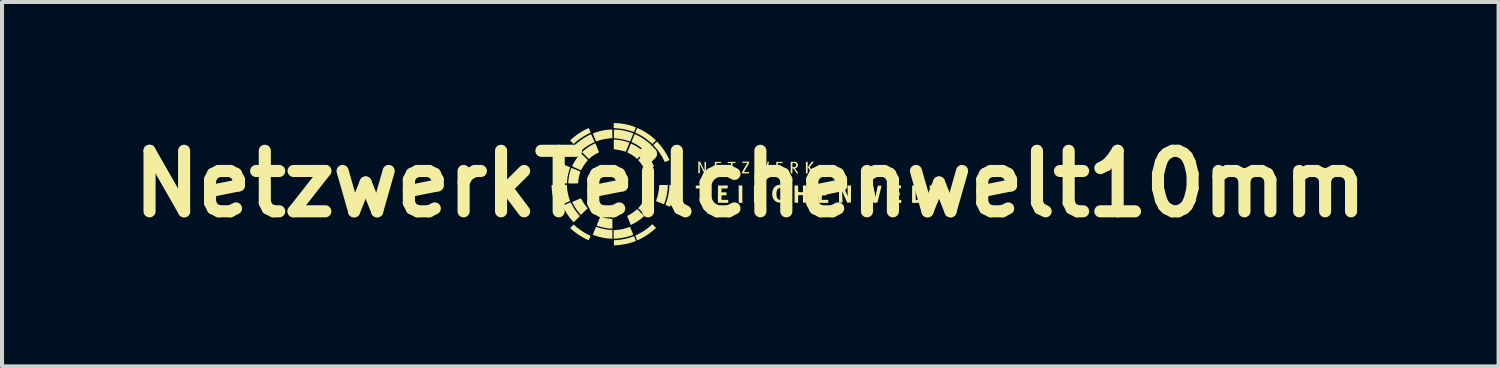
<source format=kicad_pcb>
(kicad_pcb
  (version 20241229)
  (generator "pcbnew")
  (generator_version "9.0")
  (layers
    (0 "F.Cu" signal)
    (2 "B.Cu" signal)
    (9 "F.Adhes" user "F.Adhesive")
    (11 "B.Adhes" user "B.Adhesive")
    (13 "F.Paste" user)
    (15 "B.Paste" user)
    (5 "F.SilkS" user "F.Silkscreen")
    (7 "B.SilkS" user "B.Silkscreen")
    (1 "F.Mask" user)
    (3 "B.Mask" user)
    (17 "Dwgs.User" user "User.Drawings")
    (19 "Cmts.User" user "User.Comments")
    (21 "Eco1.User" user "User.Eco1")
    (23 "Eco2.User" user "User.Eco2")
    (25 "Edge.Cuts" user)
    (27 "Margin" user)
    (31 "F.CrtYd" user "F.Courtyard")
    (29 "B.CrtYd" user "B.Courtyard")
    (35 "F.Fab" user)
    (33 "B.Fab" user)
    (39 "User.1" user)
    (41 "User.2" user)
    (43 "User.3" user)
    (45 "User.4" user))
  (footprint "NetzwerkTeilchenwelt10mm"
    (layer "F.Cu")
    (at 15.55 1.51)
    (property "Reference" "NetzwerkTeilchenwelt10mm" (at 0 0 0) (layer "F.SilkS") (effects (font (size 1.5 1.5) (thickness 0.3))))
    (attr board_only exclude_from_pos_files exclude_from_bom)
    (fp_poly (pts (xy 1.422 -0.405) (xy 1.422 -0.261) (xy 1.4 -0.261) (xy 1.379 -0.261) (xy 1.379 -0.405) (xy 1.379 -0.548) (xy 1.4 -0.548) (xy 1.422 -0.548)) (stroke (width 0) (type solid)) (fill yes) (layer "F.SilkS"))
    (fp_poly (pts (xy -0.197 0.253) (xy -0.197 0.469) (xy -0.239 0.469) (xy -0.259 0.468) (xy -0.275 0.467) (xy -0.283 0.465) (xy -0.284 0.465) (xy -0.285 0.459) (xy -0.285 0.444) (xy -0.286 0.42) (xy -0.287 0.389) (xy -0.287 0.352) (xy -0.287 0.31) (xy -0.288 0.265) (xy -0.288 0.249) (xy -0.288 0.037) (xy -0.242 0.037) (xy -0.197 0.037)) (stroke (width 0) (type solid)) (fill yes) (layer "F.SilkS"))
    (fp_poly (pts (xy 4.1 0.215) (xy 4.1 0.394) (xy 4.177 0.394) (xy 4.205 0.394) (xy 4.228 0.395) (xy 4.245 0.396) (xy 4.254 0.396) (xy 4.255 0.397) (xy 4.253 0.403) (xy 4.25 0.417) (xy 4.246 0.434) (xy 4.237 0.469) (xy 4.123 0.469) (xy 4.01 0.469) (xy 4.011 0.254) (xy 4.012 0.04) (xy 4.056 0.038) (xy 4.1 0.037)) (stroke (width 0) (type solid)) (fill yes) (layer "F.SilkS"))
    (fp_poly (pts (xy -0.364 -0.536) (xy -0.367 -0.525) (xy -0.367 -0.521) (xy -0.372 -0.519) (xy -0.385 -0.517) (xy -0.403 -0.517) (xy -0.405 -0.517) (xy -0.442 -0.517) (xy -0.442 -0.389) (xy -0.442 -0.261) (xy -0.461 -0.261) (xy -0.479 -0.261) (xy -0.479 -0.389) (xy -0.479 -0.517) (xy -0.519 -0.517) (xy -0.559 -0.517) (xy -0.559 -0.532) (xy -0.559 -0.548) (xy -0.46 -0.548) (xy -0.361 -0.548)) (stroke (width 0) (type solid)) (fill yes) (layer "F.SilkS"))
    (fp_poly (pts (xy 0.181 0.216) (xy 0.181 0.394) (xy 0.258 0.394) (xy 0.286 0.394) (xy 0.309 0.395) (xy 0.326 0.396) (xy 0.335 0.397) (xy 0.335 0.398) (xy 0.334 0.405) (xy 0.331 0.418) (xy 0.331 0.421) (xy 0.326 0.438) (xy 0.323 0.454) (xy 0.323 0.454) (xy 0.319 0.469) (xy 0.205 0.469) (xy 0.091 0.469) (xy 0.091 0.253) (xy 0.091 0.037) (xy 0.136 0.037) (xy 0.181 0.037)) (stroke (width 0) (type solid)) (fill yes) (layer "F.SilkS"))
    (fp_poly (pts (xy -0.725 -0.534) (xy -0.727 -0.519) (xy -0.784 -0.518) (xy -0.841 -0.516) (xy -0.841 -0.474) (xy -0.841 -0.431) (xy -0.796 -0.431) (xy -0.751 -0.431) (xy -0.751 -0.414) (xy -0.751 -0.396) (xy -0.795 -0.397) (xy -0.839 -0.397) (xy -0.84 -0.347) (xy -0.842 -0.298) (xy -0.78 -0.298) (xy -0.719 -0.298) (xy -0.719 -0.28) (xy -0.719 -0.261) (xy -0.799 -0.261) (xy -0.879 -0.261) (xy -0.879 -0.405) (xy -0.879 -0.548) (xy -0.801 -0.548) (xy -0.723 -0.548)) (stroke (width 0) (type solid)) (fill yes) (layer "F.SilkS"))
    (fp_poly (pts (xy 0.799 -0.532) (xy 0.799 -0.517) (xy 0.74 -0.517) (xy 0.682 -0.517) (xy 0.682 -0.474) (xy 0.682 -0.431) (xy 0.73 -0.431) (xy 0.777 -0.431) (xy 0.777 -0.414) (xy 0.777 -0.397) (xy 0.731 -0.397) (xy 0.684 -0.397) (xy 0.683 -0.347) (xy 0.681 -0.298) (xy 0.743 -0.298) (xy 0.804 -0.298) (xy 0.804 -0.28) (xy 0.804 -0.261) (xy 0.724 -0.261) (xy 0.644 -0.261) (xy 0.644 -0.405) (xy 0.644 -0.548) (xy 0.722 -0.548) (xy 0.799 -0.548)) (stroke (width 0) (type solid)) (fill yes) (layer "F.SilkS"))
    (fp_poly (pts (xy -4.801 0.073) (xy -4.794 0.15) (xy -4.783 0.228) (xy -4.768 0.305) (xy -4.75 0.378) (xy -4.73 0.445) (xy -4.721 0.468) (xy -4.713 0.49) (xy -4.708 0.507) (xy -4.704 0.517) (xy -4.704 0.52) (xy -4.709 0.523) (xy -4.722 0.528) (xy -4.741 0.537) (xy -4.762 0.546) (xy -4.819 0.57) (xy -4.825 0.555) (xy -4.86 0.453) (xy -4.888 0.346) (xy -4.909 0.238) (xy -4.921 0.132) (xy -4.924 0.095) (xy -4.927 0.027) (xy -4.866 0.027) (xy -4.804 0.027)) (stroke (width 0) (type solid)) (fill yes) (layer "F.SilkS"))
    (fp_poly (pts (xy 4.715 0.038) (xy 4.735 0.039) (xy 4.748 0.041) (xy 4.757 0.044) (xy 4.76 0.049) (xy 4.761 0.057) (xy 4.759 0.066) (xy 4.756 0.079) (xy 4.754 0.085) (xy 4.748 0.112) (xy 4.696 0.112) (xy 4.643 0.112) (xy 4.643 0.29) (xy 4.643 0.469) (xy 4.601 0.469) (xy 4.558 0.469) (xy 4.558 0.29) (xy 4.558 0.112) (xy 4.502 0.112) (xy 4.446 0.112) (xy 4.447 0.076) (xy 4.449 0.04) (xy 4.605 0.039) (xy 4.651 0.038) (xy 4.687 0.038)) (stroke (width 0) (type solid)) (fill yes) (layer "F.SilkS"))
    (fp_poly (pts (xy -2.953 -0.998) (xy -2.94 -0.993) (xy -2.922 -0.984) (xy -2.901 -0.974) (xy -2.833 -0.937) (xy -2.765 -0.893) (xy -2.702 -0.847) (xy -2.662 -0.813) (xy -2.634 -0.787) (xy -2.719 -0.703) (xy -2.804 -0.618) (xy -2.833 -0.645) (xy -2.86 -0.667) (xy -2.894 -0.692) (xy -2.931 -0.717) (xy -2.968 -0.74) (xy -3.003 -0.759) (xy -3.007 -0.761) (xy -3.05 -0.782) (xy -3.005 -0.89) (xy -2.992 -0.921) (xy -2.98 -0.95) (xy -2.971 -0.973) (xy -2.963 -0.989) (xy -2.959 -0.999) (xy -2.959 -1)) (stroke (width 0) (type solid)) (fill yes) (layer "F.SilkS"))
    (fp_poly (pts (xy -4.545 0.073) (xy -4.532 0.185) (xy -4.508 0.295) (xy -4.484 0.375) (xy -4.477 0.396) (xy -4.472 0.412) (xy -4.47 0.423) (xy -4.47 0.425) (xy -4.475 0.427) (xy -4.489 0.433) (xy -4.508 0.442) (xy -4.532 0.452) (xy -4.558 0.463) (xy -4.585 0.474) (xy -4.611 0.485) (xy -4.633 0.494) (xy -4.651 0.501) (xy -4.662 0.505) (xy -4.664 0.506) (xy -4.667 0.501) (xy -4.673 0.489) (xy -4.68 0.472) (xy -4.682 0.467) (xy -4.715 0.366) (xy -4.739 0.262) (xy -4.756 0.154) (xy -4.763 0.073) (xy -4.767 0.021) (xy -4.658 0.021) (xy -4.548 0.021)) (stroke (width 0) (type solid)) (fill yes) (layer "F.SilkS"))
    (fp_poly (pts (xy 1.575 -0.552) (xy 1.576 -0.551) (xy 1.573 -0.546) (xy 1.564 -0.534) (xy 1.551 -0.517) (xy 1.534 -0.496) (xy 1.524 -0.483) (xy 1.471 -0.417) (xy 1.523 -0.343) (xy 1.541 -0.319) (xy 1.555 -0.297) (xy 1.567 -0.28) (xy 1.574 -0.269) (xy 1.576 -0.265) (xy 1.571 -0.263) (xy 1.56 -0.261) (xy 1.554 -0.261) (xy 1.536 -0.263) (xy 1.526 -0.269) (xy 1.523 -0.273) (xy 1.517 -0.282) (xy 1.506 -0.297) (xy 1.492 -0.317) (xy 1.476 -0.341) (xy 1.47 -0.349) (xy 1.426 -0.414) (xy 1.476 -0.483) (xy 1.527 -0.551) (xy 1.551 -0.553) (xy 1.566 -0.553)) (stroke (width 0) (type solid)) (fill yes) (layer "F.SilkS"))
    (fp_poly (pts (xy 3.735 0.07) (xy 3.733 0.088) (xy 3.731 0.102) (xy 3.729 0.108) (xy 3.723 0.109) (xy 3.709 0.111) (xy 3.688 0.111) (xy 3.662 0.112) (xy 3.655 0.112) (xy 3.584 0.112) (xy 3.584 0.16) (xy 3.584 0.207) (xy 3.644 0.209) (xy 3.704 0.21) (xy 3.705 0.246) (xy 3.707 0.282) (xy 3.645 0.282) (xy 3.584 0.282) (xy 3.584 0.338) (xy 3.584 0.394) (xy 3.664 0.394) (xy 3.743 0.394) (xy 3.743 0.431) (xy 3.743 0.469) (xy 3.618 0.469) (xy 3.493 0.469) (xy 3.494 0.254) (xy 3.496 0.04) (xy 3.618 0.039) (xy 3.739 0.037)) (stroke (width 0) (type solid)) (fill yes) (layer "F.SilkS"))
    (fp_poly (pts (xy -2.382 1.044) (xy -2.337 1.089) (xy -2.371 1.12) (xy -2.443 1.182) (xy -2.522 1.242) (xy -2.606 1.297) (xy -2.69 1.344) (xy -2.7 1.349) (xy -2.726 1.363) (xy -2.75 1.375) (xy -2.77 1.384) (xy -2.784 1.391) (xy -2.786 1.391) (xy -2.805 1.399) (xy -2.828 1.341) (xy -2.836 1.318) (xy -2.843 1.299) (xy -2.847 1.286) (xy -2.848 1.281) (xy -2.843 1.278) (xy -2.83 1.272) (xy -2.811 1.261) (xy -2.787 1.249) (xy -2.769 1.24) (xy -2.703 1.204) (xy -2.645 1.169) (xy -2.591 1.133) (xy -2.538 1.093) (xy -2.483 1.047) (xy -2.48 1.045) (xy -2.427 0.999)) (stroke (width 0) (type solid)) (fill yes) (layer "F.SilkS"))
    (fp_poly (pts (xy 1.876 0.037) (xy 1.898 0.038) (xy 1.914 0.04) (xy 1.923 0.043) (xy 1.927 0.048) (xy 1.928 0.056) (xy 1.926 0.067) (xy 1.923 0.082) (xy 1.922 0.085) (xy 1.916 0.112) (xy 1.842 0.112) (xy 1.768 0.112) (xy 1.768 0.16) (xy 1.768 0.208) (xy 1.829 0.208) (xy 1.89 0.208) (xy 1.89 0.245) (xy 1.89 0.282) (xy 1.832 0.282) (xy 1.773 0.282) (xy 1.773 0.338) (xy 1.773 0.394) (xy 1.853 0.394) (xy 1.933 0.394) (xy 1.933 0.431) (xy 1.933 0.469) (xy 1.808 0.469) (xy 1.683 0.469) (xy 1.683 0.253) (xy 1.683 0.037) (xy 1.805 0.037) (xy 1.845 0.037)) (stroke (width 0) (type solid)) (fill yes) (layer "F.SilkS"))
    (fp_poly (pts (xy -1.119 0.038) (xy -1.088 0.039) (xy -1.064 0.039) (xy -1.047 0.04) (xy -1.039 0.041) (xy -1.039 0.041) (xy -1.04 0.048) (xy -1.042 0.062) (xy -1.045 0.077) (xy -1.052 0.109) (xy -1.101 0.111) (xy -1.15 0.112) (xy -1.151 0.289) (xy -1.153 0.466) (xy -1.197 0.467) (xy -1.22 0.468) (xy -1.235 0.467) (xy -1.242 0.464) (xy -1.244 0.462) (xy -1.244 0.455) (xy -1.245 0.439) (xy -1.245 0.415) (xy -1.245 0.384) (xy -1.245 0.348) (xy -1.245 0.307) (xy -1.245 0.283) (xy -1.243 0.112) (xy -1.298 0.112) (xy -1.353 0.112) (xy -1.351 0.076) (xy -1.35 0.04) (xy -1.194 0.039) (xy -1.155 0.038)) (stroke (width 0) (type solid)) (fill yes) (layer "F.SilkS"))
    (fp_poly (pts (xy -2.886 1.297) (xy -2.881 1.302) (xy -2.875 1.314) (xy -2.866 1.334) (xy -2.859 1.351) (xy -2.85 1.374) (xy -2.842 1.393) (xy -2.836 1.406) (xy -2.834 1.411) (xy -2.838 1.414) (xy -2.851 1.419) (xy -2.87 1.426) (xy -2.893 1.435) (xy -2.92 1.444) (xy -2.947 1.453) (xy -2.973 1.461) (xy -2.997 1.468) (xy -3.012 1.472) (xy -3.09 1.489) (xy -3.174 1.503) (xy -3.266 1.515) (xy -3.335 1.521) (xy -3.381 1.524) (xy -3.381 1.461) (xy -3.381 1.397) (xy -3.304 1.391) (xy -3.203 1.38) (xy -3.108 1.363) (xy -3.017 1.34) (xy -2.961 1.322) (xy -2.936 1.313) (xy -2.915 1.306) (xy -2.899 1.3) (xy -2.891 1.297)) (stroke (width 0) (type solid)) (fill yes) (layer "F.SilkS"))
    (fp_poly (pts (xy 1.141 0.038) (xy 1.185 0.04) (xy 1.186 0.121) (xy 1.188 0.202) (xy 1.246 0.203) (xy 1.305 0.205) (xy 1.305 0.121) (xy 1.305 0.037) (xy 1.35 0.037) (xy 1.395 0.037) (xy 1.394 0.251) (xy 1.392 0.465) (xy 1.35 0.465) (xy 1.307 0.466) (xy 1.306 0.371) (xy 1.304 0.277) (xy 1.246 0.277) (xy 1.188 0.277) (xy 1.186 0.371) (xy 1.185 0.466) (xy 1.143 0.466) (xy 1.124 0.466) (xy 1.108 0.465) (xy 1.1 0.464) (xy 1.099 0.464) (xy 1.099 0.458) (xy 1.098 0.443) (xy 1.098 0.42) (xy 1.098 0.389) (xy 1.097 0.352) (xy 1.097 0.31) (xy 1.097 0.265) (xy 1.097 0.249) (xy 1.097 0.037)) (stroke (width 0) (type solid)) (fill yes) (layer "F.SilkS"))
    (fp_poly (pts (xy -3.761 1.082) (xy -3.707 1.099) (xy -3.648 1.113) (xy -3.587 1.125) (xy -3.528 1.134) (xy -3.474 1.139) (xy -3.447 1.139) (xy -3.419 1.14) (xy -3.419 1.249) (xy -3.419 1.358) (xy -3.441 1.357) (xy -3.457 1.356) (xy -3.479 1.355) (xy -3.504 1.353) (xy -3.514 1.352) (xy -3.584 1.345) (xy -3.659 1.332) (xy -3.733 1.315) (xy -3.773 1.305) (xy -3.8 1.296) (xy -3.828 1.287) (xy -3.854 1.279) (xy -3.876 1.271) (xy -3.893 1.264) (xy -3.901 1.26) (xy -3.902 1.26) (xy -3.903 1.258) (xy -3.902 1.254) (xy -3.899 1.246) (xy -3.895 1.234) (xy -3.888 1.215) (xy -3.877 1.19) (xy -3.864 1.158) (xy -3.855 1.136) (xy -3.823 1.061)) (stroke (width 0) (type solid)) (fill yes) (layer "F.SilkS"))
    (fp_poly (pts (xy -2.045 0.057) (xy -2.047 0.104) (xy -2.052 0.159) (xy -2.061 0.217) (xy -2.071 0.276) (xy -2.084 0.333) (xy -2.098 0.386) (xy -2.104 0.405) (xy -2.115 0.439) (xy -2.124 0.465) (xy -2.131 0.482) (xy -2.137 0.493) (xy -2.141 0.499) (xy -2.145 0.5) (xy -2.153 0.498) (xy -2.169 0.493) (xy -2.191 0.484) (xy -2.217 0.474) (xy -2.243 0.464) (xy -2.271 0.453) (xy -2.297 0.442) (xy -2.317 0.434) (xy -2.33 0.428) (xy -2.334 0.426) (xy -2.334 0.419) (xy -2.331 0.407) (xy -2.327 0.394) (xy -2.307 0.337) (xy -2.29 0.272) (xy -2.276 0.204) (xy -2.265 0.137) (xy -2.26 0.079) (xy -2.256 0.027) (xy -2.15 0.027) (xy -2.045 0.027)) (stroke (width 0) (type solid)) (fill yes) (layer "F.SilkS"))
    (fp_poly (pts (xy -1.203 -0.467) (xy -1.188 -0.437) (xy -1.173 -0.408) (xy -1.161 -0.382) (xy -1.152 -0.362) (xy -1.147 -0.351) (xy -1.135 -0.322) (xy -1.134 -0.435) (xy -1.134 -0.548) (xy -1.115 -0.548) (xy -1.097 -0.548) (xy -1.098 -0.406) (xy -1.1 -0.264) (xy -1.118 -0.262) (xy -1.137 -0.26) (xy -1.195 -0.378) (xy -1.211 -0.41) (xy -1.225 -0.439) (xy -1.237 -0.463) (xy -1.247 -0.482) (xy -1.252 -0.493) (xy -1.254 -0.495) (xy -1.254 -0.49) (xy -1.254 -0.476) (xy -1.253 -0.454) (xy -1.253 -0.426) (xy -1.252 -0.394) (xy -1.252 -0.381) (xy -1.25 -0.266) (xy -1.269 -0.266) (xy -1.289 -0.266) (xy -1.289 -0.41) (xy -1.289 -0.554) (xy -1.267 -0.554) (xy -1.246 -0.554)) (stroke (width 0) (type solid)) (fill yes) (layer "F.SilkS"))
    (fp_poly (pts (xy -4 -1.376) (xy -3.994 -1.362) (xy -3.986 -1.345) (xy -3.978 -1.324) (xy -3.97 -1.304) (xy -3.964 -1.287) (xy -3.961 -1.274) (xy -3.961 -1.269) (xy -3.961 -1.268) (xy -3.968 -1.266) (xy -3.982 -1.259) (xy -4.002 -1.249) (xy -4.026 -1.237) (xy -4.04 -1.23) (xy -4.11 -1.193) (xy -4.18 -1.149) (xy -4.249 -1.101) (xy -4.313 -1.051) (xy -4.356 -1.013) (xy -4.38 -0.991) (xy -4.424 -1.035) (xy -4.468 -1.079) (xy -4.432 -1.111) (xy -4.372 -1.162) (xy -4.316 -1.206) (xy -4.259 -1.247) (xy -4.199 -1.285) (xy -4.169 -1.303) (xy -4.145 -1.316) (xy -4.119 -1.331) (xy -4.092 -1.345) (xy -4.065 -1.357) (xy -4.042 -1.368) (xy -4.023 -1.377) (xy -4.01 -1.381) (xy -4.005 -1.382)) (stroke (width 0) (type solid)) (fill yes) (layer "F.SilkS"))
    (fp_poly (pts (xy -3.344 -1.098) (xy -3.305 -1.095) (xy -3.26 -1.09) (xy -3.214 -1.083) (xy -3.169 -1.075) (xy -3.147 -1.07) (xy -3.124 -1.064) (xy -3.098 -1.056) (xy -3.07 -1.048) (xy -3.045 -1.04) (xy -3.023 -1.032) (xy -3.007 -1.026) (xy -3.001 -1.024) (xy -3 -1.019) (xy -3.002 -1.007) (xy -3.009 -0.988) (xy -3.019 -0.961) (xy -3.034 -0.925) (xy -3.04 -0.909) (xy -3.053 -0.878) (xy -3.066 -0.849) (xy -3.076 -0.826) (xy -3.085 -0.809) (xy -3.09 -0.8) (xy -3.091 -0.799) (xy -3.1 -0.801) (xy -3.11 -0.805) (xy -3.132 -0.812) (xy -3.163 -0.821) (xy -3.2 -0.829) (xy -3.24 -0.838) (xy -3.28 -0.845) (xy -3.304 -0.849) (xy -3.384 -0.861) (xy -3.384 -0.98) (xy -3.384 -1.1)) (stroke (width 0) (type solid)) (fill yes) (layer "F.SilkS"))
    (fp_poly (pts (xy -4.112 -0.676) (xy -4.026 -0.591) (xy -4.058 -0.552) (xy -4.092 -0.509) (xy -4.125 -0.462) (xy -4.155 -0.414) (xy -4.172 -0.382) (xy -4.182 -0.364) (xy -4.191 -0.35) (xy -4.197 -0.342) (xy -4.199 -0.341) (xy -4.205 -0.343) (xy -4.22 -0.349) (xy -4.241 -0.358) (xy -4.267 -0.369) (xy -4.298 -0.382) (xy -4.309 -0.387) (xy -4.344 -0.403) (xy -4.373 -0.416) (xy -4.395 -0.427) (xy -4.409 -0.435) (xy -4.414 -0.44) (xy -4.414 -0.44) (xy -4.412 -0.45) (xy -4.404 -0.467) (xy -4.393 -0.489) (xy -4.379 -0.515) (xy -4.364 -0.543) (xy -4.347 -0.57) (xy -4.336 -0.588) (xy -4.316 -0.618) (xy -4.294 -0.649) (xy -4.271 -0.679) (xy -4.249 -0.707) (xy -4.229 -0.73) (xy -4.214 -0.746) (xy -4.199 -0.761)) (stroke (width 0) (type solid)) (fill yes) (layer "F.SilkS"))
    (fp_poly (pts (xy -2.858 -1.231) (xy -2.845 -1.226) (xy -2.825 -1.218) (xy -2.801 -1.206) (xy -2.773 -1.192) (xy -2.745 -1.177) (xy -2.717 -1.161) (xy -2.69 -1.146) (xy -2.68 -1.139) (xy -2.612 -1.094) (xy -2.549 -1.046) (xy -2.486 -0.993) (xy -2.481 -0.988) (xy -2.456 -0.966) (xy -2.532 -0.889) (xy -2.608 -0.813) (xy -2.634 -0.837) (xy -2.687 -0.882) (xy -2.746 -0.926) (xy -2.807 -0.967) (xy -2.868 -1.002) (xy -2.888 -1.012) (xy -2.91 -1.023) (xy -2.928 -1.032) (xy -2.939 -1.038) (xy -2.943 -1.041) (xy -2.942 -1.046) (xy -2.937 -1.059) (xy -2.93 -1.078) (xy -2.921 -1.102) (xy -2.91 -1.128) (xy -2.899 -1.155) (xy -2.888 -1.18) (xy -2.879 -1.202) (xy -2.871 -1.219) (xy -2.866 -1.23) (xy -2.865 -1.232)) (stroke (width 0) (type solid)) (fill yes) (layer "F.SilkS"))
    (fp_poly (pts (xy -3.42 -1.243) (xy -3.418 -1.137) (xy -3.486 -1.13) (xy -3.57 -1.119) (xy -3.648 -1.105) (xy -3.719 -1.088) (xy -3.782 -1.067) (xy -3.786 -1.066) (xy -3.805 -1.059) (xy -3.816 -1.055) (xy -3.822 -1.056) (xy -3.826 -1.06) (xy -3.828 -1.064) (xy -3.831 -1.071) (xy -3.838 -1.086) (xy -3.846 -1.107) (xy -3.856 -1.131) (xy -3.867 -1.157) (xy -3.877 -1.183) (xy -3.887 -1.208) (xy -3.895 -1.228) (xy -3.901 -1.242) (xy -3.903 -1.249) (xy -3.903 -1.249) (xy -3.898 -1.253) (xy -3.885 -1.259) (xy -3.864 -1.268) (xy -3.838 -1.277) (xy -3.807 -1.287) (xy -3.774 -1.297) (xy -3.74 -1.306) (xy -3.735 -1.307) (xy -3.678 -1.321) (xy -3.617 -1.332) (xy -3.556 -1.341) (xy -3.499 -1.346) (xy -3.469 -1.348) (xy -3.421 -1.349)) (stroke (width 0) (type solid)) (fill yes) (layer "F.SilkS"))
    (fp_poly (pts (xy -2.98 1.066) (xy -2.977 1.071) (xy -2.972 1.085) (xy -2.963 1.105) (xy -2.953 1.131) (xy -2.941 1.16) (xy -2.94 1.162) (xy -2.927 1.194) (xy -2.916 1.222) (xy -2.909 1.243) (xy -2.905 1.257) (xy -2.905 1.262) (xy -2.914 1.266) (xy -2.93 1.273) (xy -2.954 1.282) (xy -2.983 1.291) (xy -3.016 1.301) (xy -3.045 1.309) (xy -3.086 1.32) (xy -3.135 1.33) (xy -3.187 1.339) (xy -3.24 1.346) (xy -3.289 1.352) (xy -3.327 1.355) (xy -3.387 1.358) (xy -3.387 1.253) (xy -3.387 1.147) (xy -3.314 1.14) (xy -3.262 1.135) (xy -3.218 1.129) (xy -3.178 1.122) (xy -3.138 1.112) (xy -3.095 1.1) (xy -3.047 1.085) (xy -3.022 1.078) (xy -3.001 1.071) (xy -2.987 1.067) (xy -2.98 1.066)) (stroke (width 0) (type solid)) (fill yes) (layer "F.SilkS"))
    (fp_poly (pts (xy -2.72 0.709) (xy -2.697 0.734) (xy -2.675 0.756) (xy -2.658 0.775) (xy -2.645 0.789) (xy -2.638 0.797) (xy -2.637 0.798) (xy -2.64 0.804) (xy -2.651 0.814) (xy -2.667 0.828) (xy -2.687 0.845) (xy -2.71 0.864) (xy -2.734 0.882) (xy -2.759 0.9) (xy -2.781 0.916) (xy -2.785 0.919) (xy -2.846 0.957) (xy -2.902 0.988) (xy -2.934 1.003) (xy -2.964 1.016) (xy -3.008 0.906) (xy -3.02 0.874) (xy -3.031 0.845) (xy -3.041 0.822) (xy -3.047 0.804) (xy -3.051 0.794) (xy -3.051 0.793) (xy -3.047 0.789) (xy -3.036 0.783) (xy -3.034 0.782) (xy -3.008 0.77) (xy -2.977 0.752) (xy -2.943 0.731) (xy -2.908 0.708) (xy -2.874 0.683) (xy -2.844 0.66) (xy -2.825 0.644) (xy -2.802 0.623)) (stroke (width 0) (type solid)) (fill yes) (layer "F.SilkS"))
    (fp_poly (pts (xy -2.578 -0.731) (xy -2.556 -0.705) (xy -2.53 -0.673) (xy -2.504 -0.637) (xy -2.478 -0.6) (xy -2.456 -0.566) (xy -2.447 -0.551) (xy -2.43 -0.522) (xy -2.415 -0.494) (xy -2.403 -0.47) (xy -2.394 -0.45) (xy -2.39 -0.436) (xy -2.39 -0.431) (xy -2.395 -0.428) (xy -2.409 -0.422) (xy -2.429 -0.413) (xy -2.454 -0.403) (xy -2.482 -0.391) (xy -2.51 -0.38) (xy -2.539 -0.368) (xy -2.564 -0.358) (xy -2.586 -0.349) (xy -2.601 -0.344) (xy -2.609 -0.341) (xy -2.609 -0.341) (xy -2.613 -0.345) (xy -2.619 -0.357) (xy -2.628 -0.374) (xy -2.631 -0.379) (xy -2.648 -0.411) (xy -2.67 -0.447) (xy -2.694 -0.485) (xy -2.72 -0.521) (xy -2.744 -0.551) (xy -2.75 -0.558) (xy -2.78 -0.592) (xy -2.693 -0.677) (xy -2.607 -0.762)) (stroke (width 0) (type solid)) (fill yes) (layer "F.SilkS"))
    (fp_poly (pts (xy -0.027 -0.535) (xy -0.031 -0.517) (xy -0.042 -0.491) (xy -0.05 -0.478) (xy -0.063 -0.456) (xy -0.078 -0.43) (xy -0.094 -0.402) (xy -0.104 -0.386) (xy -0.117 -0.363) (xy -0.13 -0.341) (xy -0.141 -0.323) (xy -0.147 -0.314) (xy -0.16 -0.296) (xy -0.091 -0.294) (xy -0.022 -0.293) (xy -0.028 -0.277) (xy -0.034 -0.261) (xy -0.121 -0.261) (xy -0.208 -0.261) (xy -0.208 -0.278) (xy -0.206 -0.287) (xy -0.199 -0.302) (xy -0.188 -0.323) (xy -0.172 -0.352) (xy -0.151 -0.389) (xy -0.139 -0.408) (xy -0.07 -0.522) (xy -0.136 -0.522) (xy -0.161 -0.522) (xy -0.182 -0.522) (xy -0.196 -0.523) (xy -0.202 -0.524) (xy -0.202 -0.524) (xy -0.201 -0.53) (xy -0.197 -0.54) (xy -0.192 -0.554) (xy -0.109 -0.554) (xy -0.027 -0.554)) (stroke (width 0) (type solid)) (fill yes) (layer "F.SilkS"))
    (fp_poly (pts (xy -3.333 -1.508) (xy -3.229 -1.501) (xy -3.122 -1.485) (xy -3.014 -1.462) (xy -3.011 -1.461) (xy -2.992 -1.456) (xy -2.968 -1.448) (xy -2.941 -1.44) (xy -2.914 -1.431) (xy -2.888 -1.423) (xy -2.866 -1.415) (xy -2.851 -1.409) (xy -2.844 -1.406) (xy -2.841 -1.402) (xy -2.841 -1.396) (xy -2.844 -1.384) (xy -2.851 -1.365) (xy -2.858 -1.346) (xy -2.869 -1.32) (xy -2.878 -1.302) (xy -2.885 -1.293) (xy -2.89 -1.29) (xy -2.899 -1.292) (xy -2.915 -1.296) (xy -2.936 -1.303) (xy -2.947 -1.307) (xy -2.978 -1.317) (xy -3.016 -1.328) (xy -3.061 -1.34) (xy -3.11 -1.352) (xy -3.161 -1.363) (xy -3.176 -1.365) (xy -3.198 -1.368) (xy -3.227 -1.371) (xy -3.259 -1.375) (xy -3.288 -1.377) (xy -3.387 -1.387) (xy -3.385 -1.448) (xy -3.384 -1.51)) (stroke (width 0) (type solid)) (fill yes) (layer "F.SilkS"))
    (fp_poly (pts (xy -4.347 1.034) (xy -4.297 1.078) (xy -4.239 1.122) (xy -4.176 1.166) (xy -4.112 1.207) (xy -4.047 1.243) (xy -3.996 1.268) (xy -3.979 1.276) (xy -3.967 1.283) (xy -3.962 1.288) (xy -3.962 1.288) (xy -3.964 1.296) (xy -3.969 1.31) (xy -3.977 1.329) (xy -3.985 1.349) (xy -3.994 1.368) (xy -4.002 1.383) (xy -4.007 1.392) (xy -4.008 1.394) (xy -4.014 1.392) (xy -4.028 1.386) (xy -4.049 1.377) (xy -4.073 1.365) (xy -4.09 1.357) (xy -4.181 1.307) (xy -4.263 1.256) (xy -4.326 1.211) (xy -4.353 1.191) (xy -4.379 1.17) (xy -4.404 1.149) (xy -4.426 1.13) (xy -4.444 1.114) (xy -4.457 1.102) (xy -4.462 1.095) (xy -4.462 1.094) (xy -4.459 1.088) (xy -4.449 1.077) (xy -4.435 1.062) (xy -4.42 1.047) (xy -4.378 1.004)) (stroke (width 0) (type solid)) (fill yes) (layer "F.SilkS"))
    (fp_poly (pts (xy -0.559 0.054) (xy -0.56 0.072) (xy -0.562 0.091) (xy -0.563 0.092) (xy -0.566 0.112) (xy -0.64 0.112) (xy -0.714 0.112) (xy -0.714 0.16) (xy -0.714 0.208) (xy -0.652 0.208) (xy -0.591 0.208) (xy -0.591 0.245) (xy -0.591 0.282) (xy -0.652 0.282) (xy -0.714 0.282) (xy -0.714 0.338) (xy -0.714 0.394) (xy -0.631 0.394) (xy -0.548 0.394) (xy -0.548 0.431) (xy -0.548 0.469) (xy -0.674 0.469) (xy -0.716 0.468) (xy -0.748 0.468) (xy -0.772 0.467) (xy -0.788 0.466) (xy -0.798 0.464) (xy -0.802 0.462) (xy -0.802 0.462) (xy -0.802 0.455) (xy -0.803 0.439) (xy -0.803 0.415) (xy -0.803 0.383) (xy -0.803 0.346) (xy -0.803 0.304) (xy -0.803 0.258) (xy -0.803 0.248) (xy -0.801 0.04) (xy -0.68 0.039) (xy -0.559 0.037)) (stroke (width 0) (type solid)) (fill yes) (layer "F.SilkS"))
    (fp_poly (pts (xy -4.448 0.464) (xy -4.442 0.475) (xy -4.433 0.492) (xy -4.429 0.5) (xy -4.384 0.585) (xy -4.329 0.668) (xy -4.267 0.748) (xy -4.264 0.751) (xy -4.224 0.797) (xy -4.299 0.873) (xy -4.322 0.896) (xy -4.343 0.916) (xy -4.36 0.932) (xy -4.372 0.943) (xy -4.378 0.948) (xy -4.378 0.948) (xy -4.383 0.944) (xy -4.393 0.935) (xy -4.406 0.921) (xy -4.409 0.917) (xy -4.482 0.83) (xy -4.548 0.735) (xy -4.606 0.633) (xy -4.613 0.619) (xy -4.627 0.59) (xy -4.637 0.568) (xy -4.643 0.554) (xy -4.646 0.545) (xy -4.645 0.539) (xy -4.643 0.538) (xy -4.635 0.534) (xy -4.619 0.526) (xy -4.598 0.517) (xy -4.572 0.506) (xy -4.545 0.495) (xy -4.519 0.483) (xy -4.495 0.474) (xy -4.476 0.466) (xy -4.463 0.461) (xy -4.46 0.46) (xy -4.454 0.46)) (stroke (width 0) (type solid)) (fill yes) (layer "F.SilkS"))
    (fp_poly (pts (xy -3.711 0.813) (xy -3.697 0.816) (xy -3.678 0.821) (xy -3.671 0.823) (xy -3.627 0.836) (xy -3.58 0.847) (xy -3.533 0.855) (xy -3.496 0.86) (xy -3.473 0.862) (xy -3.452 0.864) (xy -3.439 0.866) (xy -3.419 0.869) (xy -3.419 0.988) (xy -3.419 1.108) (xy -3.444 1.107) (xy -3.462 1.106) (xy -3.485 1.104) (xy -3.51 1.102) (xy -3.514 1.102) (xy -3.557 1.096) (xy -3.605 1.088) (xy -3.655 1.077) (xy -3.702 1.066) (xy -3.743 1.054) (xy -3.75 1.052) (xy -3.772 1.044) (xy -3.79 1.038) (xy -3.802 1.033) (xy -3.806 1.031) (xy -3.805 1.026) (xy -3.8 1.012) (xy -3.793 0.992) (xy -3.783 0.968) (xy -3.772 0.94) (xy -3.761 0.912) (xy -3.749 0.884) (xy -3.739 0.858) (xy -3.729 0.837) (xy -3.722 0.821) (xy -3.718 0.813) (xy -3.717 0.812)) (stroke (width 0) (type solid)) (fill yes) (layer "F.SilkS"))
    (fp_poly (pts (xy -4.201 0.36) (xy -4.194 0.366) (xy -4.186 0.379) (xy -4.174 0.4) (xy -4.172 0.405) (xy -4.136 0.467) (xy -4.092 0.528) (xy -4.059 0.568) (xy -4.03 0.602) (xy -4.113 0.683) (xy -4.138 0.707) (xy -4.16 0.728) (xy -4.178 0.745) (xy -4.192 0.758) (xy -4.199 0.764) (xy -4.2 0.765) (xy -4.206 0.762) (xy -4.212 0.756) (xy -4.218 0.749) (xy -4.23 0.734) (xy -4.245 0.716) (xy -4.26 0.697) (xy -4.3 0.646) (xy -4.336 0.594) (xy -4.367 0.545) (xy -4.368 0.543) (xy -4.381 0.518) (xy -4.394 0.495) (xy -4.404 0.474) (xy -4.411 0.459) (xy -4.414 0.45) (xy -4.414 0.45) (xy -4.41 0.447) (xy -4.397 0.44) (xy -4.377 0.431) (xy -4.353 0.42) (xy -4.326 0.408) (xy -4.296 0.396) (xy -4.267 0.383) (xy -4.24 0.372) (xy -4.216 0.363) (xy -4.206 0.359)) (stroke (width 0) (type solid)) (fill yes) (layer "F.SilkS"))
    (fp_poly (pts (xy -3.345 -1.347) (xy -3.322 -1.346) (xy -3.292 -1.344) (xy -3.257 -1.341) (xy -3.221 -1.336) (xy -3.187 -1.332) (xy -3.158 -1.327) (xy -3.152 -1.326) (xy -3.123 -1.32) (xy -3.091 -1.312) (xy -3.056 -1.303) (xy -3.021 -1.293) (xy -2.987 -1.283) (xy -2.957 -1.274) (xy -2.931 -1.265) (xy -2.912 -1.258) (xy -2.902 -1.253) (xy -2.901 -1.252) (xy -2.901 -1.245) (xy -2.906 -1.229) (xy -2.916 -1.205) (xy -2.93 -1.171) (xy -2.948 -1.13) (xy -2.949 -1.126) (xy -2.958 -1.108) (xy -2.966 -1.087) (xy -2.969 -1.08) (xy -2.977 -1.064) (xy -2.984 -1.056) (xy -2.987 -1.055) (xy -2.996 -1.057) (xy -3.012 -1.062) (xy -3.03 -1.068) (xy -3.109 -1.092) (xy -3.194 -1.111) (xy -3.28 -1.124) (xy -3.306 -1.126) (xy -3.331 -1.129) (xy -3.351 -1.131) (xy -3.359 -1.132) (xy -3.381 -1.135) (xy -3.381 -1.241) (xy -3.381 -1.347)) (stroke (width 0) (type solid)) (fill yes) (layer "F.SilkS"))
    (fp_poly (pts (xy -2.798 -1.388) (xy -2.792 -1.385) (xy -2.784 -1.381) (xy -2.768 -1.373) (xy -2.747 -1.362) (xy -2.722 -1.35) (xy -2.711 -1.345) (xy -2.621 -1.296) (xy -2.533 -1.24) (xy -2.452 -1.18) (xy -2.378 -1.117) (xy -2.366 -1.105) (xy -2.338 -1.079) (xy -2.381 -1.035) (xy -2.399 -1.017) (xy -2.414 -1.003) (xy -2.424 -0.994) (xy -2.429 -0.99) (xy -2.435 -0.994) (xy -2.439 -0.999) (xy -2.447 -1.007) (xy -2.462 -1.02) (xy -2.481 -1.036) (xy -2.504 -1.055) (xy -2.529 -1.075) (xy -2.553 -1.095) (xy -2.576 -1.113) (xy -2.595 -1.128) (xy -2.602 -1.132) (xy -2.657 -1.169) (xy -2.718 -1.205) (xy -2.781 -1.238) (xy -2.792 -1.243) (xy -2.814 -1.254) (xy -2.832 -1.264) (xy -2.844 -1.272) (xy -2.849 -1.276) (xy -2.847 -1.282) (xy -2.842 -1.296) (xy -2.835 -1.314) (xy -2.827 -1.335) (xy -2.818 -1.355) (xy -2.811 -1.373) (xy -2.806 -1.385) (xy -2.803 -1.389)) (stroke (width 0) (type solid)) (fill yes) (layer "F.SilkS"))
    (fp_poly (pts (xy -4.426 -0.395) (xy -4.412 -0.389) (xy -4.391 -0.381) (xy -4.364 -0.37) (xy -4.333 -0.358) (xy -4.319 -0.352) (xy -4.284 -0.337) (xy -4.257 -0.326) (xy -4.238 -0.317) (xy -4.225 -0.311) (xy -4.218 -0.305) (xy -4.214 -0.301) (xy -4.214 -0.297) (xy -4.214 -0.296) (xy -4.217 -0.286) (xy -4.222 -0.269) (xy -4.228 -0.248) (xy -4.231 -0.24) (xy -4.247 -0.178) (xy -4.258 -0.12) (xy -4.264 -0.065) (xy -4.268 -0.013) (xy -4.389 -0.012) (xy -4.423 -0.012) (xy -4.454 -0.012) (xy -4.48 -0.012) (xy -4.499 -0.013) (xy -4.51 -0.014) (xy -4.512 -0.015) (xy -4.513 -0.023) (xy -4.513 -0.04) (xy -4.511 -0.063) (xy -4.509 -0.091) (xy -4.505 -0.121) (xy -4.501 -0.151) (xy -4.497 -0.18) (xy -4.492 -0.205) (xy -4.492 -0.205) (xy -4.483 -0.245) (xy -4.474 -0.283) (xy -4.464 -0.317) (xy -4.455 -0.347) (xy -4.447 -0.371) (xy -4.44 -0.388) (xy -4.434 -0.396) (xy -4.433 -0.397)) (stroke (width 0) (type solid)) (fill yes) (layer "F.SilkS"))
    (fp_poly (pts (xy -3.841 -1.002) (xy -3.835 -0.991) (xy -3.833 -0.986) (xy -3.827 -0.973) (xy -3.819 -0.953) (xy -3.809 -0.929) (xy -3.797 -0.901) (xy -3.786 -0.873) (xy -3.775 -0.846) (xy -3.765 -0.823) (xy -3.758 -0.806) (xy -3.754 -0.795) (xy -3.754 -0.795) (xy -3.752 -0.788) (xy -3.755 -0.782) (xy -3.765 -0.776) (xy -3.779 -0.77) (xy -3.816 -0.751) (xy -3.858 -0.726) (xy -3.9 -0.698) (xy -3.94 -0.669) (xy -3.974 -0.641) (xy -3.987 -0.629) (xy -3.996 -0.621) (xy -4 -0.618) (xy -4 -0.618) (xy -4.004 -0.621) (xy -4.015 -0.631) (xy -4.031 -0.647) (xy -4.051 -0.667) (xy -4.074 -0.69) (xy -4.087 -0.703) (xy -4.172 -0.789) (xy -4.143 -0.815) (xy -4.112 -0.842) (xy -4.076 -0.87) (xy -4.038 -0.898) (xy -4.002 -0.923) (xy -3.974 -0.94) (xy -3.954 -0.952) (xy -3.931 -0.964) (xy -3.907 -0.977) (xy -3.885 -0.989) (xy -3.865 -0.998) (xy -3.851 -1.004) (xy -3.845 -1.006)) (stroke (width 0) (type solid)) (fill yes) (layer "F.SilkS"))
    (fp_poly (pts (xy -4.659 -0.491) (xy -4.645 -0.487) (xy -4.625 -0.479) (xy -4.601 -0.47) (xy -4.575 -0.46) (xy -4.547 -0.448) (xy -4.521 -0.437) (xy -4.497 -0.427) (xy -4.479 -0.418) (xy -4.472 -0.415) (xy -4.467 -0.411) (xy -4.466 -0.406) (xy -4.469 -0.395) (xy -4.474 -0.382) (xy -4.495 -0.32) (xy -4.513 -0.252) (xy -4.528 -0.181) (xy -4.538 -0.11) (xy -4.544 -0.044) (xy -4.544 -0.043) (xy -4.545 -0.013) (xy -4.65 -0.012) (xy -4.686 -0.011) (xy -4.713 -0.011) (xy -4.733 -0.012) (xy -4.745 -0.013) (xy -4.753 -0.014) (xy -4.757 -0.017) (xy -4.759 -0.019) (xy -4.76 -0.029) (xy -4.76 -0.047) (xy -4.758 -0.071) (xy -4.756 -0.101) (xy -4.753 -0.132) (xy -4.749 -0.165) (xy -4.745 -0.196) (xy -4.741 -0.224) (xy -4.739 -0.237) (xy -4.732 -0.27) (xy -4.724 -0.305) (xy -4.715 -0.342) (xy -4.705 -0.378) (xy -4.695 -0.412) (xy -4.685 -0.442) (xy -4.677 -0.467) (xy -4.669 -0.484) (xy -4.665 -0.492)) (stroke (width 0) (type solid)) (fill yes) (layer "F.SilkS"))
    (fp_poly (pts (xy -3.944 -1.225) (xy -3.937 -1.213) (xy -3.928 -1.194) (xy -3.917 -1.171) (xy -3.906 -1.145) (xy -3.894 -1.118) (xy -3.883 -1.093) (xy -3.873 -1.07) (xy -3.866 -1.052) (xy -3.861 -1.04) (xy -3.861 -1.036) (xy -3.865 -1.033) (xy -3.866 -1.033) (xy -3.875 -1.031) (xy -3.891 -1.024) (xy -3.913 -1.013) (xy -3.938 -1) (xy -3.965 -0.986) (xy -3.991 -0.971) (xy -4.006 -0.962) (xy -4.049 -0.935) (xy -4.085 -0.91) (xy -4.12 -0.884) (xy -4.155 -0.854) (xy -4.161 -0.849) (xy -4.2 -0.815) (xy -4.276 -0.888) (xy -4.351 -0.96) (xy -4.339 -0.973) (xy -4.327 -0.985) (xy -4.308 -1.001) (xy -4.285 -1.02) (xy -4.259 -1.041) (xy -4.233 -1.062) (xy -4.208 -1.081) (xy -4.187 -1.097) (xy -4.186 -1.098) (xy -4.16 -1.115) (xy -4.131 -1.133) (xy -4.1 -1.152) (xy -4.068 -1.171) (xy -4.036 -1.188) (xy -4.007 -1.204) (xy -3.982 -1.216) (xy -3.962 -1.225) (xy -3.949 -1.23) (xy -3.947 -1.23)) (stroke (width 0) (type solid)) (fill yes) (layer "F.SilkS"))
    (fp_poly (pts (xy 2.347 0.15) (xy 2.362 0.184) (xy 2.377 0.215) (xy 2.389 0.242) (xy 2.399 0.264) (xy 2.405 0.279) (xy 2.407 0.284) (xy 2.411 0.296) (xy 2.414 0.303) (xy 2.415 0.304) (xy 2.415 0.298) (xy 2.415 0.284) (xy 2.415 0.262) (xy 2.415 0.234) (xy 2.414 0.2) (xy 2.413 0.17) (xy 2.411 0.037) (xy 2.454 0.037) (xy 2.498 0.037) (xy 2.496 0.249) (xy 2.495 0.461) (xy 2.449 0.462) (xy 2.403 0.464) (xy 2.34 0.321) (xy 2.324 0.285) (xy 2.31 0.252) (xy 2.297 0.223) (xy 2.286 0.2) (xy 2.279 0.184) (xy 2.275 0.176) (xy 2.275 0.176) (xy 2.274 0.179) (xy 2.275 0.189) (xy 2.276 0.194) (xy 2.277 0.206) (xy 2.278 0.226) (xy 2.279 0.253) (xy 2.28 0.286) (xy 2.282 0.321) (xy 2.282 0.339) (xy 2.286 0.463) (xy 2.242 0.463) (xy 2.199 0.463) (xy 2.199 0.25) (xy 2.199 0.037) (xy 2.246 0.037) (xy 2.293 0.037)) (stroke (width 0) (type solid)) (fill yes) (layer "F.SilkS"))
    (fp_poly (pts (xy -2.304 -1.042) (xy -2.291 -1.029) (xy -2.273 -1.01) (xy -2.253 -0.986) (xy -2.231 -0.96) (xy -2.208 -0.931) (xy -2.185 -0.902) (xy -2.164 -0.873) (xy -2.145 -0.847) (xy -2.145 -0.846) (xy -2.125 -0.817) (xy -2.105 -0.785) (xy -2.085 -0.751) (xy -2.066 -0.718) (xy -2.049 -0.686) (xy -2.033 -0.656) (xy -2.02 -0.63) (xy -2.011 -0.61) (xy -2.007 -0.596) (xy -2.007 -0.59) (xy -2.012 -0.587) (xy -2.026 -0.581) (xy -2.043 -0.573) (xy -2.064 -0.564) (xy -2.084 -0.556) (xy -2.101 -0.549) (xy -2.113 -0.544) (xy -2.117 -0.543) (xy -2.12 -0.548) (xy -2.127 -0.56) (xy -2.136 -0.578) (xy -2.147 -0.601) (xy -2.15 -0.606) (xy -2.197 -0.692) (xy -2.249 -0.773) (xy -2.304 -0.848) (xy -2.361 -0.914) (xy -2.377 -0.932) (xy -2.39 -0.947) (xy -2.399 -0.958) (xy -2.402 -0.962) (xy -2.398 -0.968) (xy -2.388 -0.979) (xy -2.375 -0.993) (xy -2.359 -1.009) (xy -2.343 -1.024) (xy -2.329 -1.037) (xy -2.318 -1.046) (xy -2.312 -1.048)) (stroke (width 0) (type solid)) (fill yes) (layer "F.SilkS"))
    (fp_poly (pts (xy -1.916 0.027) (xy -1.897 0.028) (xy -1.884 0.029) (xy -1.88 0.031) (xy -1.881 0.066) (xy -1.885 0.108) (xy -1.889 0.156) (xy -1.896 0.205) (xy -1.903 0.253) (xy -1.91 0.298) (xy -1.915 0.322) (xy -1.922 0.355) (xy -1.931 0.39) (xy -1.941 0.426) (xy -1.951 0.46) (xy -1.962 0.492) (xy -1.971 0.52) (xy -1.98 0.542) (xy -1.987 0.557) (xy -1.993 0.564) (xy -1.993 0.564) (xy -2.001 0.562) (xy -2.015 0.556) (xy -2.035 0.548) (xy -2.05 0.542) (xy -2.071 0.533) (xy -2.089 0.525) (xy -2.1 0.52) (xy -2.103 0.518) (xy -2.102 0.513) (xy -2.098 0.5) (xy -2.092 0.482) (xy -2.088 0.47) (xy -2.078 0.442) (xy -2.07 0.422) (xy -2.065 0.406) (xy -2.06 0.392) (xy -2.056 0.377) (xy -2.051 0.358) (xy -2.048 0.346) (xy -2.037 0.298) (xy -2.027 0.248) (xy -2.018 0.199) (xy -2.012 0.153) (xy -2.008 0.113) (xy -2.008 0.088) (xy -2.007 0.068) (xy -2.005 0.05) (xy -2.004 0.043) (xy -2.001 0.027) (xy -1.94 0.027)) (stroke (width 0) (type solid)) (fill yes) (layer "F.SilkS"))
    (fp_poly (pts (xy -2.608 0.36) (xy -2.594 0.365) (xy -2.573 0.373) (xy -2.546 0.383) (xy -2.516 0.395) (xy -2.506 0.399) (xy -2.475 0.412) (xy -2.447 0.423) (xy -2.423 0.432) (xy -2.406 0.439) (xy -2.397 0.442) (xy -2.396 0.442) (xy -2.391 0.445) (xy -2.391 0.446) (xy -2.394 0.454) (xy -2.401 0.469) (xy -2.412 0.49) (xy -2.425 0.514) (xy -2.44 0.541) (xy -2.455 0.567) (xy -2.47 0.592) (xy -2.484 0.614) (xy -2.488 0.62) (xy -2.502 0.641) (xy -2.519 0.664) (xy -2.538 0.688) (xy -2.557 0.711) (xy -2.574 0.732) (xy -2.589 0.749) (xy -2.601 0.761) (xy -2.608 0.767) (xy -2.608 0.767) (xy -2.613 0.763) (xy -2.624 0.753) (xy -2.64 0.738) (xy -2.661 0.718) (xy -2.684 0.695) (xy -2.696 0.683) (xy -2.78 0.599) (xy -2.766 0.586) (xy -2.752 0.571) (xy -2.735 0.55) (xy -2.716 0.526) (xy -2.696 0.498) (xy -2.677 0.47) (xy -2.658 0.442) (xy -2.642 0.416) (xy -2.63 0.394) (xy -2.622 0.378) (xy -2.62 0.369) (xy -2.616 0.361) (xy -2.615 0.359)) (stroke (width 0) (type solid)) (fill yes) (layer "F.SilkS"))
    (fp_poly (pts (xy 0.762 0.021) (xy 0.793 0.027) (xy 0.82 0.036) (xy 0.838 0.045) (xy 0.843 0.05) (xy 0.844 0.055) (xy 0.841 0.063) (xy 0.834 0.077) (xy 0.828 0.088) (xy 0.818 0.105) (xy 0.811 0.115) (xy 0.806 0.118) (xy 0.801 0.117) (xy 0.797 0.115) (xy 0.767 0.102) (xy 0.738 0.098) (xy 0.721 0.101) (xy 0.695 0.113) (xy 0.675 0.133) (xy 0.66 0.161) (xy 0.651 0.197) (xy 0.648 0.229) (xy 0.648 0.271) (xy 0.653 0.309) (xy 0.662 0.341) (xy 0.676 0.366) (xy 0.694 0.383) (xy 0.716 0.391) (xy 0.744 0.395) (xy 0.772 0.392) (xy 0.797 0.384) (xy 0.799 0.382) (xy 0.812 0.376) (xy 0.82 0.373) (xy 0.822 0.373) (xy 0.826 0.378) (xy 0.834 0.389) (xy 0.841 0.398) (xy 0.851 0.412) (xy 0.855 0.42) (xy 0.854 0.426) (xy 0.849 0.431) (xy 0.832 0.444) (xy 0.807 0.454) (xy 0.777 0.46) (xy 0.744 0.463) (xy 0.712 0.462) (xy 0.682 0.457) (xy 0.67 0.453) (xy 0.638 0.438) (xy 0.614 0.422) (xy 0.593 0.4) (xy 0.586 0.39) (xy 0.562 0.348) (xy 0.548 0.301) (xy 0.543 0.249) (xy 0.543 0.249) (xy 0.547 0.197) (xy 0.559 0.15) (xy 0.578 0.109) (xy 0.603 0.075) (xy 0.635 0.049) (xy 0.672 0.03) (xy 0.714 0.021) (xy 0.731 0.02)) (stroke (width 0) (type solid)) (fill yes) (layer "F.SilkS"))
    (fp_poly (pts (xy 1.1 -0.549) (xy 1.116 -0.548) (xy 1.128 -0.545) (xy 1.138 -0.541) (xy 1.142 -0.539) (xy 1.162 -0.521) (xy 1.176 -0.498) (xy 1.181 -0.471) (xy 1.178 -0.444) (xy 1.173 -0.431) (xy 1.16 -0.414) (xy 1.143 -0.399) (xy 1.124 -0.39) (xy 1.114 -0.389) (xy 1.1 -0.389) (xy 1.114 -0.374) (xy 1.122 -0.365) (xy 1.133 -0.35) (xy 1.145 -0.332) (xy 1.159 -0.312) (xy 1.171 -0.293) (xy 1.181 -0.277) (xy 1.186 -0.267) (xy 1.187 -0.264) (xy 1.183 -0.262) (xy 1.171 -0.261) (xy 1.167 -0.261) (xy 1.158 -0.262) (xy 1.151 -0.264) (xy 1.144 -0.27) (xy 1.136 -0.282) (xy 1.125 -0.301) (xy 1.121 -0.306) (xy 1.102 -0.337) (xy 1.085 -0.362) (xy 1.069 -0.379) (xy 1.057 -0.388) (xy 1.052 -0.389) (xy 1.049 -0.387) (xy 1.046 -0.383) (xy 1.045 -0.372) (xy 1.044 -0.355) (xy 1.044 -0.329) (xy 1.044 -0.325) (xy 1.044 -0.261) (xy 1.026 -0.261) (xy 1.013 -0.262) (xy 1.005 -0.264) (xy 1.005 -0.264) (xy 1.004 -0.271) (xy 1.003 -0.286) (xy 1.002 -0.309) (xy 1.002 -0.338) (xy 1.001 -0.373) (xy 1.001 -0.408) (xy 1.001 -0.469) (xy 1.044 -0.469) (xy 1.044 -0.415) (xy 1.068 -0.415) (xy 1.088 -0.417) (xy 1.106 -0.422) (xy 1.11 -0.423) (xy 1.124 -0.431) (xy 1.132 -0.445) (xy 1.135 -0.452) (xy 1.139 -0.476) (xy 1.135 -0.494) (xy 1.122 -0.507) (xy 1.1 -0.516) (xy 1.077 -0.52) (xy 1.044 -0.523) (xy 1.044 -0.469) (xy 1.001 -0.469) (xy 1.001 -0.548) (xy 1.048 -0.549) (xy 1.078 -0.55)) (stroke (width 0) (type solid)) (fill yes) (layer "F.SilkS"))
    (fp_poly (pts (xy 0.329 -0.529) (xy 0.332 -0.515) (xy 0.337 -0.493) (xy 0.343 -0.466) (xy 0.349 -0.435) (xy 0.355 -0.409) (xy 0.361 -0.379) (xy 0.367 -0.354) (xy 0.373 -0.335) (xy 0.376 -0.323) (xy 0.379 -0.321) (xy 0.382 -0.33) (xy 0.385 -0.345) (xy 0.386 -0.351) (xy 0.388 -0.365) (xy 0.392 -0.386) (xy 0.397 -0.413) (xy 0.403 -0.442) (xy 0.409 -0.472) (xy 0.415 -0.5) (xy 0.42 -0.523) (xy 0.423 -0.538) (xy 0.424 -0.542) (xy 0.429 -0.55) (xy 0.439 -0.554) (xy 0.445 -0.554) (xy 0.459 -0.552) (xy 0.463 -0.546) (xy 0.462 -0.539) (xy 0.459 -0.523) (xy 0.453 -0.5) (xy 0.447 -0.472) (xy 0.439 -0.44) (xy 0.437 -0.431) (xy 0.428 -0.396) (xy 0.42 -0.363) (xy 0.413 -0.334) (xy 0.407 -0.31) (xy 0.403 -0.294) (xy 0.403 -0.293) (xy 0.396 -0.264) (xy 0.372 -0.262) (xy 0.347 -0.26) (xy 0.333 -0.321) (xy 0.326 -0.352) (xy 0.318 -0.386) (xy 0.311 -0.419) (xy 0.308 -0.434) (xy 0.304 -0.456) (xy 0.3 -0.474) (xy 0.297 -0.486) (xy 0.296 -0.489) (xy 0.294 -0.485) (xy 0.292 -0.472) (xy 0.289 -0.454) (xy 0.288 -0.449) (xy 0.284 -0.427) (xy 0.279 -0.399) (xy 0.273 -0.368) (xy 0.266 -0.336) (xy 0.266 -0.334) (xy 0.26 -0.307) (xy 0.256 -0.284) (xy 0.252 -0.268) (xy 0.25 -0.259) (xy 0.25 -0.258) (xy 0.246 -0.256) (xy 0.233 -0.256) (xy 0.227 -0.256) (xy 0.211 -0.257) (xy 0.202 -0.261) (xy 0.2 -0.265) (xy 0.198 -0.275) (xy 0.193 -0.292) (xy 0.187 -0.316) (xy 0.18 -0.345) (xy 0.173 -0.377) (xy 0.165 -0.41) (xy 0.157 -0.443) (xy 0.149 -0.473) (xy 0.143 -0.501) (xy 0.138 -0.523) (xy 0.134 -0.537) (xy 0.133 -0.544) (xy 0.133 -0.544) (xy 0.138 -0.547) (xy 0.15 -0.548) (xy 0.154 -0.548) (xy 0.174 -0.548) (xy 0.193 -0.459) (xy 0.2 -0.427) (xy 0.207 -0.396) (xy 0.213 -0.368) (xy 0.217 -0.347) (xy 0.219 -0.338) (xy 0.223 -0.323) (xy 0.226 -0.316) (xy 0.228 -0.317) (xy 0.229 -0.325) (xy 0.233 -0.342) (xy 0.238 -0.366) (xy 0.244 -0.395) (xy 0.251 -0.428) (xy 0.253 -0.438) (xy 0.26 -0.471) (xy 0.266 -0.5) (xy 0.271 -0.524) (xy 0.275 -0.542) (xy 0.277 -0.551) (xy 0.277 -0.551) (xy 0.282 -0.553) (xy 0.294 -0.554) (xy 0.3 -0.554) (xy 0.324 -0.554)) (stroke (width 0) (type solid)) (fill yes) (layer "F.SilkS"))
    (fp_poly (pts (xy 2.999 0.038) (xy 3.048 0.04) (xy 3.057 0.085) (xy 3.062 0.109) (xy 3.068 0.14) (xy 3.074 0.172) (xy 3.08 0.197) (xy 3.085 0.225) (xy 3.09 0.253) (xy 3.094 0.276) (xy 3.097 0.291) (xy 3.1 0.306) (xy 3.103 0.316) (xy 3.104 0.317) (xy 3.107 0.311) (xy 3.11 0.297) (xy 3.112 0.284) (xy 3.114 0.268) (xy 3.118 0.245) (xy 3.124 0.216) (xy 3.131 0.183) (xy 3.138 0.15) (xy 3.145 0.118) (xy 3.151 0.09) (xy 3.156 0.068) (xy 3.158 0.063) (xy 3.163 0.043) (xy 3.208 0.043) (xy 3.232 0.043) (xy 3.247 0.045) (xy 3.253 0.048) (xy 3.253 0.049) (xy 3.252 0.056) (xy 3.248 0.071) (xy 3.243 0.095) (xy 3.235 0.126) (xy 3.226 0.162) (xy 3.216 0.203) (xy 3.205 0.247) (xy 3.201 0.261) (xy 3.149 0.466) (xy 3.1 0.467) (xy 3.077 0.468) (xy 3.063 0.468) (xy 3.055 0.466) (xy 3.051 0.463) (xy 3.049 0.457) (xy 3.049 0.457) (xy 3.039 0.414) (xy 3.029 0.372) (xy 3.02 0.333) (xy 3.013 0.298) (xy 3.006 0.268) (xy 3.002 0.246) (xy 3 0.234) (xy 2.997 0.219) (xy 2.994 0.209) (xy 2.993 0.208) (xy 2.99 0.213) (xy 2.987 0.226) (xy 2.983 0.245) (xy 2.98 0.264) (xy 2.976 0.286) (xy 2.972 0.308) (xy 2.968 0.331) (xy 2.962 0.359) (xy 2.955 0.392) (xy 2.947 0.432) (xy 2.942 0.457) (xy 2.94 0.462) (xy 2.936 0.466) (xy 2.928 0.468) (xy 2.913 0.468) (xy 2.89 0.469) (xy 2.889 0.469) (xy 2.839 0.469) (xy 2.828 0.419) (xy 2.822 0.397) (xy 2.815 0.368) (xy 2.807 0.334) (xy 2.799 0.299) (xy 2.793 0.274) (xy 2.779 0.218) (xy 2.768 0.172) (xy 2.759 0.134) (xy 2.752 0.104) (xy 2.746 0.081) (xy 2.742 0.064) (xy 2.74 0.052) (xy 2.738 0.045) (xy 2.737 0.041) (xy 2.737 0.04) (xy 2.742 0.039) (xy 2.755 0.038) (xy 2.774 0.037) (xy 2.785 0.037) (xy 2.806 0.038) (xy 2.822 0.038) (xy 2.832 0.039) (xy 2.833 0.04) (xy 2.834 0.045) (xy 2.837 0.06) (xy 2.841 0.081) (xy 2.847 0.108) (xy 2.853 0.137) (xy 2.861 0.171) (xy 2.868 0.205) (xy 2.874 0.236) (xy 2.878 0.261) (xy 2.88 0.274) (xy 2.884 0.295) (xy 2.886 0.313) (xy 2.888 0.324) (xy 2.888 0.325) (xy 2.89 0.325) (xy 2.892 0.316) (xy 2.894 0.306) (xy 2.896 0.289) (xy 2.901 0.263) (xy 2.908 0.231) (xy 2.916 0.195) (xy 2.924 0.156) (xy 2.933 0.116) (xy 2.94 0.086) (xy 2.951 0.037)) (stroke (width 0) (type solid)) (fill yes) (layer "F.SilkS")))
  (gr_rect
    (start -3 -3)
    (end 34.1 6.034)
    (stroke (width 0.1) (type default))
    (fill no)
    (layer "Edge.Cuts")))
</source>
